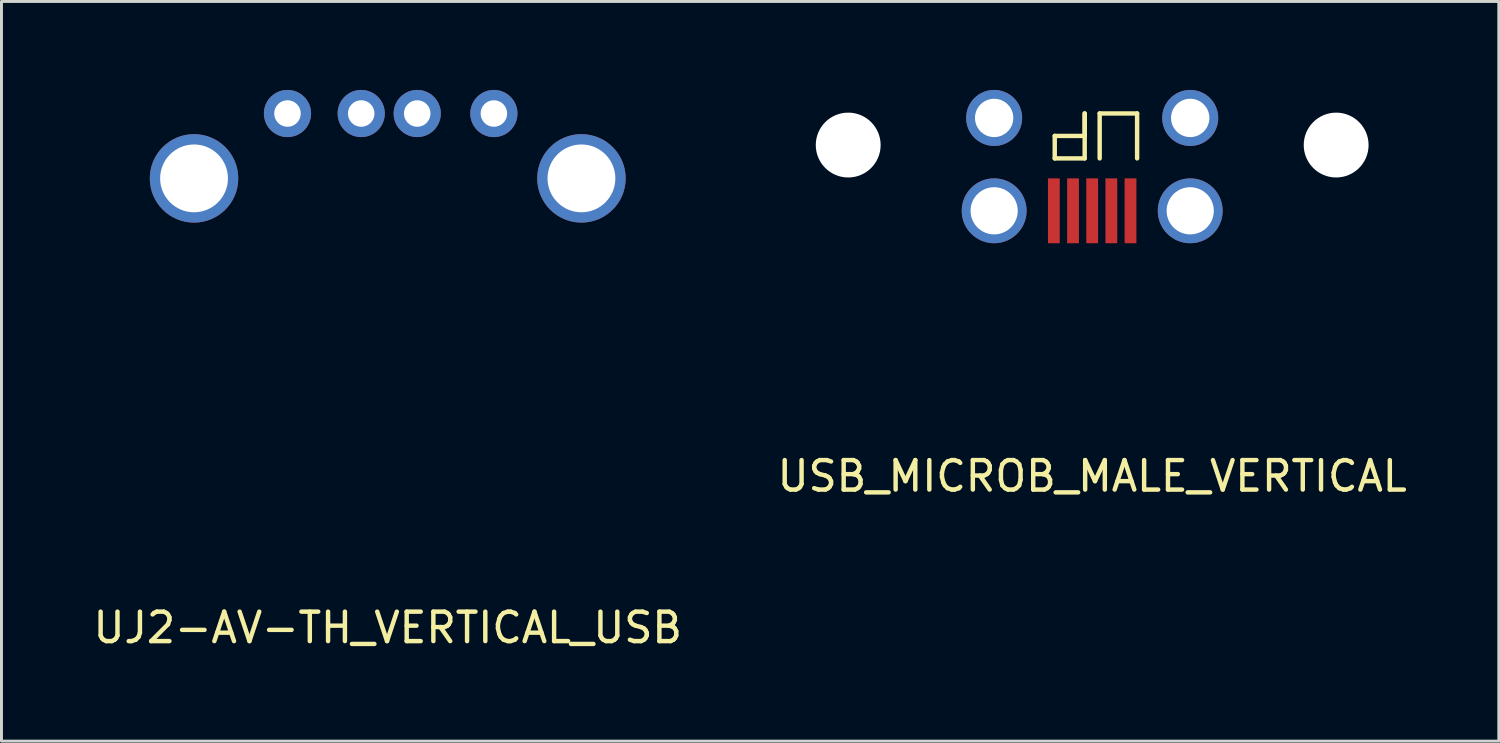
<source format=kicad_pcb>
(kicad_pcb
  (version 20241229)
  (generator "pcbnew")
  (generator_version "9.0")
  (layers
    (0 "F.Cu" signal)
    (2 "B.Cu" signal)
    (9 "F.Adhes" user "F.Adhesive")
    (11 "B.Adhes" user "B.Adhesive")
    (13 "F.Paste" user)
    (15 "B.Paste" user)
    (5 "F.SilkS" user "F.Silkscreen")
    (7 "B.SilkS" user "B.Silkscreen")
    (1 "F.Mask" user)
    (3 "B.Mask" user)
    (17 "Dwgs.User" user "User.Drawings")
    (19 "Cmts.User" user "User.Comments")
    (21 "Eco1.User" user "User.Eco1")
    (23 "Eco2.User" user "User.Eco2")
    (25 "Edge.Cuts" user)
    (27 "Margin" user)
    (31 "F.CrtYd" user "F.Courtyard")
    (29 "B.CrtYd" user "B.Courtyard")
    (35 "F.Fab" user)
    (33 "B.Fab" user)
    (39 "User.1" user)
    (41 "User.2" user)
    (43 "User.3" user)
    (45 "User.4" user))
  (footprint "UJ2-AV-TH_VERTICAL_USB"
    (layer "F.Cu")
    (at 10.101 3)
    (property "Reference" "UJ2-AV-TH_VERTICAL_USB" (at 0 15.24 0) (layer "F.SilkS") (effects (font (size 1 1) (thickness 0.15))))
    (attr through_hole)
    (pad "1" thru_hole circle (at -3.4 -2.2) (size 1.6 1.6) (drill 0.9) (layers "*.Cu" "*.Mask"))
    (pad "2" thru_hole circle (at -0.9 -2.2) (size 1.6 1.6) (drill 0.9) (layers "*.Cu" "*.Mask"))
    (pad "3" thru_hole circle (at 1 -2.2) (size 1.6 1.6) (drill 0.9) (layers "*.Cu" "*.Mask"))
    (pad "4" thru_hole circle (at 3.6 -2.2) (size 1.6 1.6) (drill 0.9) (layers "*.Cu" "*.Mask"))
    (pad "5" thru_hole circle (at -6.57 0) (size 3 3) (drill 2.3) (layers "*.Cu" "*.Mask"))
    (pad "5" thru_hole circle (at 6.57 0) (size 3 3) (drill 2.3) (layers "*.Cu" "*.Mask")))
  (footprint "USB_MICROB_MALE_VERTICAL"
    (layer "F.Cu")
    (at 33.994 4.1)
    (property "Reference" "USB_MICROB_MALE_VERTICAL" (at 0 9 0) (layer "F.SilkS") (effects (font (size 1 1) (thickness 0.15))))
    (attr through_hole)
    (fp_line (start -1.27 -2.54) (end -1.27 -1.778) (stroke (width 0.15) (type solid)) (layer "F.SilkS"))
    (fp_line (start -1.27 -1.778) (end -0.254 -1.778) (stroke (width 0.15) (type solid)) (layer "F.SilkS"))
    (fp_line (start -0.254 -3.302) (end -0.254 -2.54) (stroke (width 0.15) (type solid)) (layer "F.SilkS"))
    (fp_line (start -0.254 -2.54) (end -1.27 -2.54) (stroke (width 0.15) (type solid)) (layer "F.SilkS"))
    (fp_line (start -0.254 -1.778) (end -0.254 -3.302) (stroke (width 0.15) (type solid)) (layer "F.SilkS"))
    (fp_line (start 0.254 -3.302) (end 0.254 -1.778) (stroke (width 0.15) (type solid)) (layer "F.SilkS"))
    (fp_line (start 1.524 -3.302) (end 0.254 -3.302) (stroke (width 0.15) (type solid)) (layer "F.SilkS"))
    (fp_line (start 1.524 -1.778) (end 1.524 -3.302) (stroke (width 0.15) (type solid)) (layer "F.SilkS"))
    (pad "" np_thru_hole circle (at -8.275 -2.23) (size 2.2 2.2) (drill 2.2) (layers "*.Cu" "*.Mask"))
    (pad "" np_thru_hole circle (at 8.275 -2.23) (size 2.2 2.2) (drill 2.2) (layers "*.Cu" "*.Mask"))
    (pad "1" smd rect (at -1.3 0) (size 0.4 2.2) (layers "F.Cu" "F.Mask" "F.Paste"))
    (pad "2" smd rect (at -0.65 0) (size 0.4 2.2) (layers "F.Cu" "F.Mask" "F.Paste"))
    (pad "3" smd rect (at 0 0) (size 0.4 2.2) (layers "F.Cu" "F.Mask" "F.Paste"))
    (pad "4" smd rect (at 0.65 0) (size 0.4 2.2) (layers "F.Cu" "F.Mask" "F.Paste"))
    (pad "5" smd rect (at 1.3 0) (size 0.4 2.2) (layers "F.Cu" "F.Mask" "F.Paste"))
    (pad "6" thru_hole circle (at -3.325 -3.15) (size 1.9 1.9) (drill 1.3) (layers "*.Cu" "*.Mask"))
    (pad "6" thru_hole circle (at -3.325 0) (size 2.2 2.2) (drill 1.6) (layers "*.Cu" "*.Mask"))
    (pad "6" thru_hole circle (at 3.325 -3.15) (size 1.9 1.9) (drill 1.3) (layers "*.Cu" "*.Mask"))
    (pad "6" thru_hole circle (at 3.325 0) (size 2.2 2.2) (drill 1.6) (layers "*.Cu" "*.Mask")))
  (gr_rect
    (start -3 -3)
    (end 47.786 22.088)
    (stroke (width 0.1) (type default))
    (fill no)
    (layer "Edge.Cuts")))
</source>
